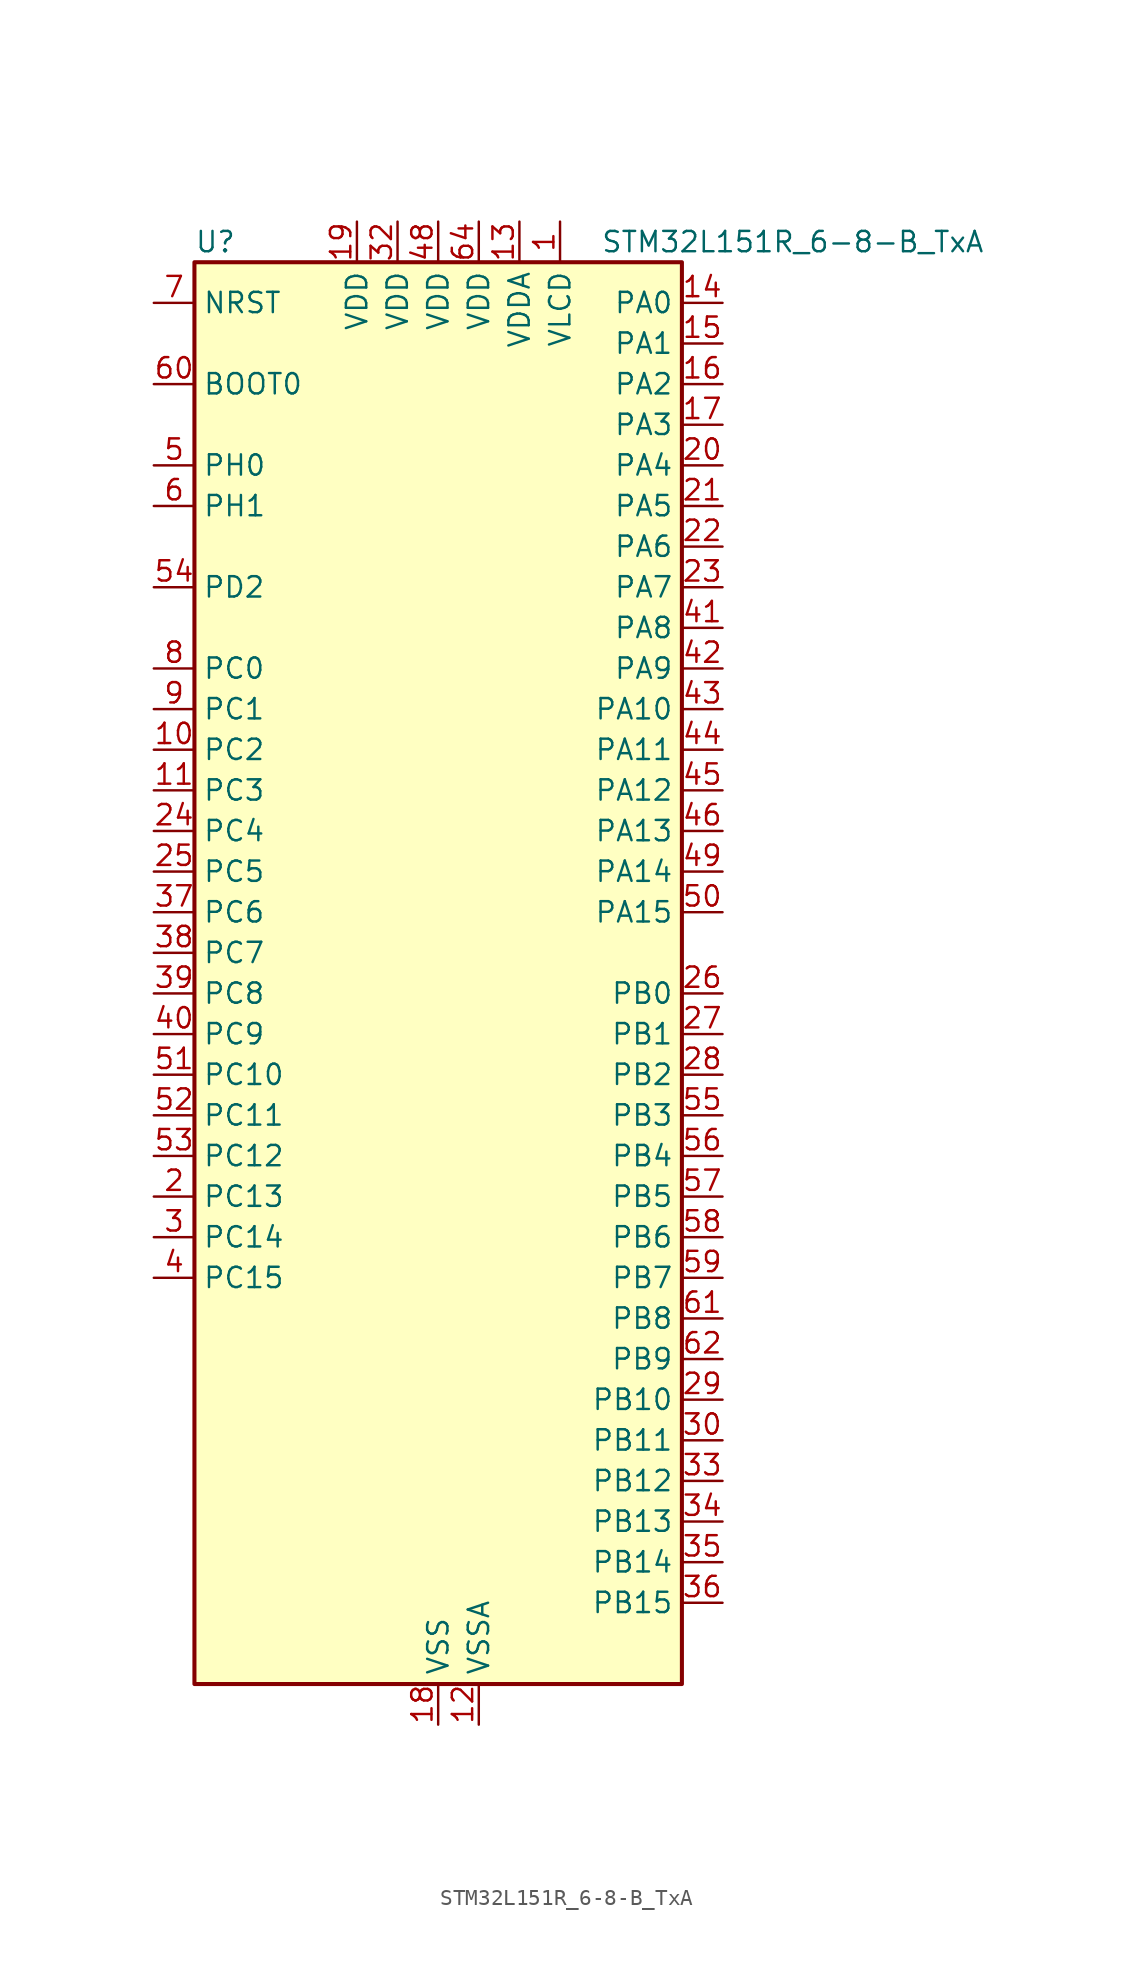
<source format=kicad_sym>
(kicad_symbol_lib
  (version 20231120)
  (generator "kicad-library-utils")
  (generator_version "8.0")
  (symbol "STM32L151R_6-8-B_TxA"
    (property "Reference" "U"
      (at -15.24 46.99 0)
      (effects (font (size 1.27 1.27)) (justify left)))
    (property "Value" "STM32L151R_6-8-B_TxA"
      (at 10.16 46.99 0)
      (effects (font (size 1.27 1.27)) (justify left)))
    (symbol "STM32L151R_6-8-B_TxA_0_1"
      (rectangle (start -15.24 -43.18) (end 15.24 45.72) (stroke (width 0.254) (type default)) (fill (type background))))
    (symbol "STM32L151R_6-8-B_TxA_1_1"
      (pin power_in line (at 7.62 48.26 270) (length 2.54) (name "VLCD" (effects (font (size 1.27 1.27)))) (number "1" (effects (font (size 1.27 1.27)))))
      (pin bidirectional line (at -17.78 15.24 0) (length 2.54) (name "PC2" (effects (font (size 1.27 1.27)))) (number "10" (effects (font (size 1.27 1.27)))) (alternate "ADC_IN12" bidirectional line) (alternate "COMP1_INP" bidirectional line) (alternate "TIMX_IC3" bidirectional line) (alternate "TS_G8_IO3" bidirectional line))
      (pin bidirectional line (at -17.78 12.7 0) (length 2.54) (name "PC3" (effects (font (size 1.27 1.27)))) (number "11" (effects (font (size 1.27 1.27)))) (alternate "ADC_IN13" bidirectional line) (alternate "COMP1_INP" bidirectional line) (alternate "TIMX_IC4" bidirectional line) (alternate "TS_G8_IO4" bidirectional line))
      (pin power_in line (at 2.54 -45.72 90) (length 2.54) (name "VSSA" (effects (font (size 1.27 1.27)))) (number "12" (effects (font (size 1.27 1.27)))))
      (pin power_in line (at 5.08 48.26 270) (length 2.54) (name "VDDA" (effects (font (size 1.27 1.27)))) (number "13" (effects (font (size 1.27 1.27)))))
      (pin bidirectional line (at 17.78 43.18 180) (length 2.54) (name "PA0" (effects (font (size 1.27 1.27)))) (number "14" (effects (font (size 1.27 1.27)))) (alternate "ADC_IN0" bidirectional line) (alternate "COMP1_INP" bidirectional line) (alternate "RTC_TAMP2" bidirectional line) (alternate "SYS_WKUP1" bidirectional line) (alternate "TIM2_CH1" bidirectional line) (alternate "TIM2_ETR" bidirectional line) (alternate "TIMX_IC1" bidirectional line) (alternate "TS_G1_IO1" bidirectional line) (alternate "USART2_CTS" bidirectional line))
      (pin bidirectional line (at 17.78 40.64 180) (length 2.54) (name "PA1" (effects (font (size 1.27 1.27)))) (number "15" (effects (font (size 1.27 1.27)))) (alternate "ADC_IN1" bidirectional line) (alternate "COMP1_INP" bidirectional line) (alternate "TIM2_CH2" bidirectional line) (alternate "TIMX_IC2" bidirectional line) (alternate "TS_G1_IO2" bidirectional line) (alternate "USART2_RTS" bidirectional line))
      (pin bidirectional line (at 17.78 38.1 180) (length 2.54) (name "PA2" (effects (font (size 1.27 1.27)))) (number "16" (effects (font (size 1.27 1.27)))) (alternate "ADC_IN2" bidirectional line) (alternate "COMP1_INP" bidirectional line) (alternate "TIM2_CH3" bidirectional line) (alternate "TIM9_CH1" bidirectional line) (alternate "TIMX_IC3" bidirectional line) (alternate "TS_G1_IO3" bidirectional line) (alternate "USART2_TX" bidirectional line))
      (pin bidirectional line (at 17.78 35.56 180) (length 2.54) (name "PA3" (effects (font (size 1.27 1.27)))) (number "17" (effects (font (size 1.27 1.27)))) (alternate "ADC_IN3" bidirectional line) (alternate "COMP1_INP" bidirectional line) (alternate "TIM2_CH4" bidirectional line) (alternate "TIM9_CH2" bidirectional line) (alternate "TIMX_IC4" bidirectional line) (alternate "TS_G1_IO4" bidirectional line) (alternate "USART2_RX" bidirectional line))
      (pin power_in line (at 0 -45.72 90) (length 2.54) (name "VSS" (effects (font (size 1.27 1.27)))) (number "18" (effects (font (size 1.27 1.27)))))
      (pin power_in line (at -5.08 48.26 270) (length 2.54) (name "VDD" (effects (font (size 1.27 1.27)))) (number "19" (effects (font (size 1.27 1.27)))))
      (pin bidirectional line (at -17.78 -12.7 0) (length 2.54) (name "PC13" (effects (font (size 1.27 1.27)))) (number "2" (effects (font (size 1.27 1.27)))) (alternate "RTC_OUT_ALARM" bidirectional line) (alternate "RTC_OUT_CALIB" bidirectional line) (alternate "RTC_TAMP1" bidirectional line) (alternate "RTC_TS" bidirectional line) (alternate "SYS_WKUP2" bidirectional line) (alternate "TIMX_IC2" bidirectional line))
      (pin bidirectional line (at 17.78 33.02 180) (length 2.54) (name "PA4" (effects (font (size 1.27 1.27)))) (number "20" (effects (font (size 1.27 1.27)))) (alternate "ADC_IN4" bidirectional line) (alternate "COMP1_INP" bidirectional line) (alternate "DAC_OUT1" bidirectional line) (alternate "SPI1_NSS" bidirectional line) (alternate "TIMX_IC1" bidirectional line) (alternate "USART2_CK" bidirectional line))
      (pin bidirectional line (at 17.78 30.48 180) (length 2.54) (name "PA5" (effects (font (size 1.27 1.27)))) (number "21" (effects (font (size 1.27 1.27)))) (alternate "ADC_IN5" bidirectional line) (alternate "COMP1_INP" bidirectional line) (alternate "DAC_OUT2" bidirectional line) (alternate "SPI1_SCK" bidirectional line) (alternate "TIM2_CH1" bidirectional line) (alternate "TIM2_ETR" bidirectional line) (alternate "TIMX_IC2" bidirectional line))
      (pin bidirectional line (at 17.78 27.94 180) (length 2.54) (name "PA6" (effects (font (size 1.27 1.27)))) (number "22" (effects (font (size 1.27 1.27)))) (alternate "ADC_IN6" bidirectional line) (alternate "COMP1_INP" bidirectional line) (alternate "SPI1_MISO" bidirectional line) (alternate "TIM10_CH1" bidirectional line) (alternate "TIM3_CH1" bidirectional line) (alternate "TIMX_IC3" bidirectional line) (alternate "TS_G2_IO1" bidirectional line))
      (pin bidirectional line (at 17.78 25.4 180) (length 2.54) (name "PA7" (effects (font (size 1.27 1.27)))) (number "23" (effects (font (size 1.27 1.27)))) (alternate "ADC_IN7" bidirectional line) (alternate "COMP1_INP" bidirectional line) (alternate "SPI1_MOSI" bidirectional line) (alternate "TIM11_CH1" bidirectional line) (alternate "TIM3_CH2" bidirectional line) (alternate "TIMX_IC4" bidirectional line) (alternate "TS_G2_IO2" bidirectional line))
      (pin bidirectional line (at -17.78 10.16 0) (length 2.54) (name "PC4" (effects (font (size 1.27 1.27)))) (number "24" (effects (font (size 1.27 1.27)))) (alternate "ADC_IN14" bidirectional line) (alternate "COMP1_INP" bidirectional line) (alternate "TIMX_IC1" bidirectional line) (alternate "TS_G9_IO1" bidirectional line))
      (pin bidirectional line (at -17.78 7.62 0) (length 2.54) (name "PC5" (effects (font (size 1.27 1.27)))) (number "25" (effects (font (size 1.27 1.27)))) (alternate "ADC_IN15" bidirectional line) (alternate "COMP1_INP" bidirectional line) (alternate "TIMX_IC2" bidirectional line) (alternate "TS_G9_IO2" bidirectional line))
      (pin bidirectional line (at 17.78 0 180) (length 2.54) (name "PB0" (effects (font (size 1.27 1.27)))) (number "26" (effects (font (size 1.27 1.27)))) (alternate "ADC_IN8" bidirectional line) (alternate "COMP1_INP" bidirectional line) (alternate "SYS_V_REF_OUT" bidirectional line) (alternate "TIM3_CH3" bidirectional line) (alternate "TS_G3_IO1" bidirectional line))
      (pin bidirectional line (at 17.78 -2.54 180) (length 2.54) (name "PB1" (effects (font (size 1.27 1.27)))) (number "27" (effects (font (size 1.27 1.27)))) (alternate "ADC_IN9" bidirectional line) (alternate "COMP1_INP" bidirectional line) (alternate "SYS_V_REF_OUT" bidirectional line) (alternate "TIM3_CH4" bidirectional line) (alternate "TS_G3_IO2" bidirectional line))
      (pin bidirectional line (at 17.78 -5.08 180) (length 2.54) (name "PB2" (effects (font (size 1.27 1.27)))) (number "28" (effects (font (size 1.27 1.27)))) (alternate "TS_G3_IO3" bidirectional line))
      (pin bidirectional line (at 17.78 -25.4 180) (length 2.54) (name "PB10" (effects (font (size 1.27 1.27)))) (number "29" (effects (font (size 1.27 1.27)))) (alternate "I2C2_SCL" bidirectional line) (alternate "TIM2_CH3" bidirectional line) (alternate "USART3_TX" bidirectional line))
      (pin bidirectional line (at -17.78 -15.24 0) (length 2.54) (name "PC14" (effects (font (size 1.27 1.27)))) (number "3" (effects (font (size 1.27 1.27)))) (alternate "RCC_OSC32_IN" bidirectional line) (alternate "TIMX_IC3" bidirectional line))
      (pin bidirectional line (at 17.78 -27.94 180) (length 2.54) (name "PB11" (effects (font (size 1.27 1.27)))) (number "30" (effects (font (size 1.27 1.27)))) (alternate "ADC_EXTI11" bidirectional line) (alternate "I2C2_SDA" bidirectional line) (alternate "TIM2_CH4" bidirectional line) (alternate "USART3_RX" bidirectional line))
      (pin passive line (at 0 -45.72 90) (length 2.54) hide (name "VSS" (effects (font (size 1.27 1.27)))) (number "31" (effects (font (size 1.27 1.27)))))
      (pin power_in line (at -2.54 48.26 270) (length 2.54) (name "VDD" (effects (font (size 1.27 1.27)))) (number "32" (effects (font (size 1.27 1.27)))))
      (pin bidirectional line (at 17.78 -30.48 180) (length 2.54) (name "PB12" (effects (font (size 1.27 1.27)))) (number "33" (effects (font (size 1.27 1.27)))) (alternate "ADC_IN18" bidirectional line) (alternate "COMP1_INP" bidirectional line) (alternate "I2C2_SMBA" bidirectional line) (alternate "SPI2_NSS" bidirectional line) (alternate "TIM10_CH1" bidirectional line) (alternate "TS_G7_IO1" bidirectional line) (alternate "USART3_CK" bidirectional line))
      (pin bidirectional line (at 17.78 -33.02 180) (length 2.54) (name "PB13" (effects (font (size 1.27 1.27)))) (number "34" (effects (font (size 1.27 1.27)))) (alternate "ADC_IN19" bidirectional line) (alternate "COMP1_INP" bidirectional line) (alternate "SPI2_SCK" bidirectional line) (alternate "TIM9_CH1" bidirectional line) (alternate "TS_G7_IO2" bidirectional line) (alternate "USART3_CTS" bidirectional line))
      (pin bidirectional line (at 17.78 -35.56 180) (length 2.54) (name "PB14" (effects (font (size 1.27 1.27)))) (number "35" (effects (font (size 1.27 1.27)))) (alternate "ADC_IN20" bidirectional line) (alternate "COMP1_INP" bidirectional line) (alternate "SPI2_MISO" bidirectional line) (alternate "TIM9_CH2" bidirectional line) (alternate "TS_G7_IO3" bidirectional line) (alternate "USART3_RTS" bidirectional line))
      (pin bidirectional line (at 17.78 -38.1 180) (length 2.54) (name "PB15" (effects (font (size 1.27 1.27)))) (number "36" (effects (font (size 1.27 1.27)))) (alternate "ADC_EXTI15" bidirectional line) (alternate "ADC_IN21" bidirectional line) (alternate "COMP1_INP" bidirectional line) (alternate "RTC_REFIN" bidirectional line) (alternate "SPI2_MOSI" bidirectional line) (alternate "TIM11_CH1" bidirectional line) (alternate "TS_G7_IO4" bidirectional line))
      (pin bidirectional line (at -17.78 5.08 0) (length 2.54) (name "PC6" (effects (font (size 1.27 1.27)))) (number "37" (effects (font (size 1.27 1.27)))) (alternate "TIM3_CH1" bidirectional line) (alternate "TIMX_IC3" bidirectional line) (alternate "TS_G10_IO1" bidirectional line))
      (pin bidirectional line (at -17.78 2.54 0) (length 2.54) (name "PC7" (effects (font (size 1.27 1.27)))) (number "38" (effects (font (size 1.27 1.27)))) (alternate "TIM3_CH2" bidirectional line) (alternate "TIMX_IC4" bidirectional line) (alternate "TS_G10_IO2" bidirectional line))
      (pin bidirectional line (at -17.78 0 0) (length 2.54) (name "PC8" (effects (font (size 1.27 1.27)))) (number "39" (effects (font (size 1.27 1.27)))) (alternate "TIM3_CH3" bidirectional line) (alternate "TIMX_IC1" bidirectional line) (alternate "TS_G10_IO3" bidirectional line))
      (pin bidirectional line (at -17.78 -17.78 0) (length 2.54) (name "PC15" (effects (font (size 1.27 1.27)))) (number "4" (effects (font (size 1.27 1.27)))) (alternate "ADC_EXTI15" bidirectional line) (alternate "RCC_OSC32_OUT" bidirectional line) (alternate "TIMX_IC4" bidirectional line))
      (pin bidirectional line (at -17.78 -2.54 0) (length 2.54) (name "PC9" (effects (font (size 1.27 1.27)))) (number "40" (effects (font (size 1.27 1.27)))) (alternate "DAC_EXTI9" bidirectional line) (alternate "TIM3_CH4" bidirectional line) (alternate "TIMX_IC2" bidirectional line) (alternate "TS_G10_IO4" bidirectional line))
      (pin bidirectional line (at 17.78 22.86 180) (length 2.54) (name "PA8" (effects (font (size 1.27 1.27)))) (number "41" (effects (font (size 1.27 1.27)))) (alternate "RCC_MCO" bidirectional line) (alternate "TIMX_IC1" bidirectional line) (alternate "TS_G4_IO1" bidirectional line) (alternate "USART1_CK" bidirectional line))
      (pin bidirectional line (at 17.78 20.32 180) (length 2.54) (name "PA9" (effects (font (size 1.27 1.27)))) (number "42" (effects (font (size 1.27 1.27)))) (alternate "DAC_EXTI9" bidirectional line) (alternate "TIMX_IC2" bidirectional line) (alternate "TS_G4_IO2" bidirectional line) (alternate "USART1_TX" bidirectional line))
      (pin bidirectional line (at 17.78 17.78 180) (length 2.54) (name "PA10" (effects (font (size 1.27 1.27)))) (number "43" (effects (font (size 1.27 1.27)))) (alternate "TIMX_IC3" bidirectional line) (alternate "TS_G4_IO3" bidirectional line) (alternate "USART1_RX" bidirectional line))
      (pin bidirectional line (at 17.78 15.24 180) (length 2.54) (name "PA11" (effects (font (size 1.27 1.27)))) (number "44" (effects (font (size 1.27 1.27)))) (alternate "ADC_EXTI11" bidirectional line) (alternate "SPI1_MISO" bidirectional line) (alternate "TIMX_IC4" bidirectional line) (alternate "USART1_CTS" bidirectional line) (alternate "USB_DM" bidirectional line))
      (pin bidirectional line (at 17.78 12.7 180) (length 2.54) (name "PA12" (effects (font (size 1.27 1.27)))) (number "45" (effects (font (size 1.27 1.27)))) (alternate "SPI1_MOSI" bidirectional line) (alternate "TIMX_IC1" bidirectional line) (alternate "USART1_RTS" bidirectional line) (alternate "USB_DP" bidirectional line))
      (pin bidirectional line (at 17.78 10.16 180) (length 2.54) (name "PA13" (effects (font (size 1.27 1.27)))) (number "46" (effects (font (size 1.27 1.27)))) (alternate "SYS_JTMS-SWDIO" bidirectional line) (alternate "TIMX_IC2" bidirectional line) (alternate "TS_G5_IO1" bidirectional line))
      (pin passive line (at 0 -45.72 90) (length 2.54) hide (name "VSS" (effects (font (size 1.27 1.27)))) (number "47" (effects (font (size 1.27 1.27)))))
      (pin power_in line (at 0 48.26 270) (length 2.54) (name "VDD" (effects (font (size 1.27 1.27)))) (number "48" (effects (font (size 1.27 1.27)))))
      (pin bidirectional line (at 17.78 7.62 180) (length 2.54) (name "PA14" (effects (font (size 1.27 1.27)))) (number "49" (effects (font (size 1.27 1.27)))) (alternate "SYS_JTCK-SWCLK" bidirectional line) (alternate "TIMX_IC3" bidirectional line) (alternate "TS_G5_IO2" bidirectional line))
      (pin bidirectional line (at -17.78 33.02 0) (length 2.54) (name "PH0" (effects (font (size 1.27 1.27)))) (number "5" (effects (font (size 1.27 1.27)))) (alternate "RCC_OSC_IN" bidirectional line))
      (pin bidirectional line (at 17.78 5.08 180) (length 2.54) (name "PA15" (effects (font (size 1.27 1.27)))) (number "50" (effects (font (size 1.27 1.27)))) (alternate "ADC_EXTI15" bidirectional line) (alternate "SPI1_NSS" bidirectional line) (alternate "SYS_JTDI" bidirectional line) (alternate "TIM2_CH1" bidirectional line) (alternate "TIM2_ETR" bidirectional line) (alternate "TIMX_IC4" bidirectional line) (alternate "TS_G5_IO3" bidirectional line))
      (pin bidirectional line (at -17.78 -5.08 0) (length 2.54) (name "PC10" (effects (font (size 1.27 1.27)))) (number "51" (effects (font (size 1.27 1.27)))) (alternate "TIMX_IC3" bidirectional line) (alternate "USART3_TX" bidirectional line))
      (pin bidirectional line (at -17.78 -7.62 0) (length 2.54) (name "PC11" (effects (font (size 1.27 1.27)))) (number "52" (effects (font (size 1.27 1.27)))) (alternate "ADC_EXTI11" bidirectional line) (alternate "TIMX_IC4" bidirectional line) (alternate "USART3_RX" bidirectional line))
      (pin bidirectional line (at -17.78 -10.16 0) (length 2.54) (name "PC12" (effects (font (size 1.27 1.27)))) (number "53" (effects (font (size 1.27 1.27)))) (alternate "TIMX_IC1" bidirectional line) (alternate "USART3_CK" bidirectional line))
      (pin bidirectional line (at -17.78 25.4 0) (length 2.54) (name "PD2" (effects (font (size 1.27 1.27)))) (number "54" (effects (font (size 1.27 1.27)))) (alternate "TIM3_ETR" bidirectional line) (alternate "TIMX_IC3" bidirectional line))
      (pin bidirectional line (at 17.78 -7.62 180) (length 2.54) (name "PB3" (effects (font (size 1.27 1.27)))) (number "55" (effects (font (size 1.27 1.27)))) (alternate "COMP2_INM" bidirectional line) (alternate "SPI1_SCK" bidirectional line) (alternate "SYS_JTDO-TRACESWO" bidirectional line) (alternate "TIM2_CH2" bidirectional line))
      (pin bidirectional line (at 17.78 -10.16 180) (length 2.54) (name "PB4" (effects (font (size 1.27 1.27)))) (number "56" (effects (font (size 1.27 1.27)))) (alternate "COMP2_INP" bidirectional line) (alternate "SPI1_MISO" bidirectional line) (alternate "SYS_JTRST" bidirectional line) (alternate "TIM3_CH1" bidirectional line) (alternate "TS_G6_IO1" bidirectional line))
      (pin bidirectional line (at 17.78 -12.7 180) (length 2.54) (name "PB5" (effects (font (size 1.27 1.27)))) (number "57" (effects (font (size 1.27 1.27)))) (alternate "COMP2_INP" bidirectional line) (alternate "I2C1_SMBA" bidirectional line) (alternate "SPI1_MOSI" bidirectional line) (alternate "TIM3_CH2" bidirectional line) (alternate "TS_G6_IO2" bidirectional line))
      (pin bidirectional line (at 17.78 -15.24 180) (length 2.54) (name "PB6" (effects (font (size 1.27 1.27)))) (number "58" (effects (font (size 1.27 1.27)))) (alternate "I2C1_SCL" bidirectional line) (alternate "TIM4_CH1" bidirectional line) (alternate "TS_G6_IO3" bidirectional line) (alternate "USART1_TX" bidirectional line))
      (pin bidirectional line (at 17.78 -17.78 180) (length 2.54) (name "PB7" (effects (font (size 1.27 1.27)))) (number "59" (effects (font (size 1.27 1.27)))) (alternate "I2C1_SDA" bidirectional line) (alternate "SYS_PVD_IN" bidirectional line) (alternate "TIM4_CH2" bidirectional line) (alternate "TS_G6_IO4" bidirectional line) (alternate "USART1_RX" bidirectional line))
      (pin bidirectional line (at -17.78 30.48 0) (length 2.54) (name "PH1" (effects (font (size 1.27 1.27)))) (number "6" (effects (font (size 1.27 1.27)))) (alternate "RCC_OSC_OUT" bidirectional line))
      (pin input line (at -17.78 38.1 0) (length 2.54) (name "BOOT0" (effects (font (size 1.27 1.27)))) (number "60" (effects (font (size 1.27 1.27)))))
      (pin bidirectional line (at 17.78 -20.32 180) (length 2.54) (name "PB8" (effects (font (size 1.27 1.27)))) (number "61" (effects (font (size 1.27 1.27)))) (alternate "I2C1_SCL" bidirectional line) (alternate "TIM10_CH1" bidirectional line) (alternate "TIM4_CH3" bidirectional line))
      (pin bidirectional line (at 17.78 -22.86 180) (length 2.54) (name "PB9" (effects (font (size 1.27 1.27)))) (number "62" (effects (font (size 1.27 1.27)))) (alternate "DAC_EXTI9" bidirectional line) (alternate "I2C1_SDA" bidirectional line) (alternate "TIM11_CH1" bidirectional line) (alternate "TIM4_CH4" bidirectional line))
      (pin passive line (at 0 -45.72 90) (length 2.54) hide (name "VSS" (effects (font (size 1.27 1.27)))) (number "63" (effects (font (size 1.27 1.27)))))
      (pin power_in line (at 2.54 48.26 270) (length 2.54) (name "VDD" (effects (font (size 1.27 1.27)))) (number "64" (effects (font (size 1.27 1.27)))))
      (pin input line (at -17.78 43.18 0) (length 2.54) (name "NRST" (effects (font (size 1.27 1.27)))) (number "7" (effects (font (size 1.27 1.27)))))
      (pin bidirectional line (at -17.78 20.32 0) (length 2.54) (name "PC0" (effects (font (size 1.27 1.27)))) (number "8" (effects (font (size 1.27 1.27)))) (alternate "ADC_IN10" bidirectional line) (alternate "COMP1_INP" bidirectional line) (alternate "TIMX_IC1" bidirectional line) (alternate "TS_G8_IO1" bidirectional line))
      (pin bidirectional line (at -17.78 17.78 0) (length 2.54) (name "PC1" (effects (font (size 1.27 1.27)))) (number "9" (effects (font (size 1.27 1.27)))) (alternate "ADC_IN11" bidirectional line) (alternate "COMP1_INP" bidirectional line) (alternate "TIMX_IC2" bidirectional line) (alternate "TS_G8_IO2" bidirectional line)))))
</source>
